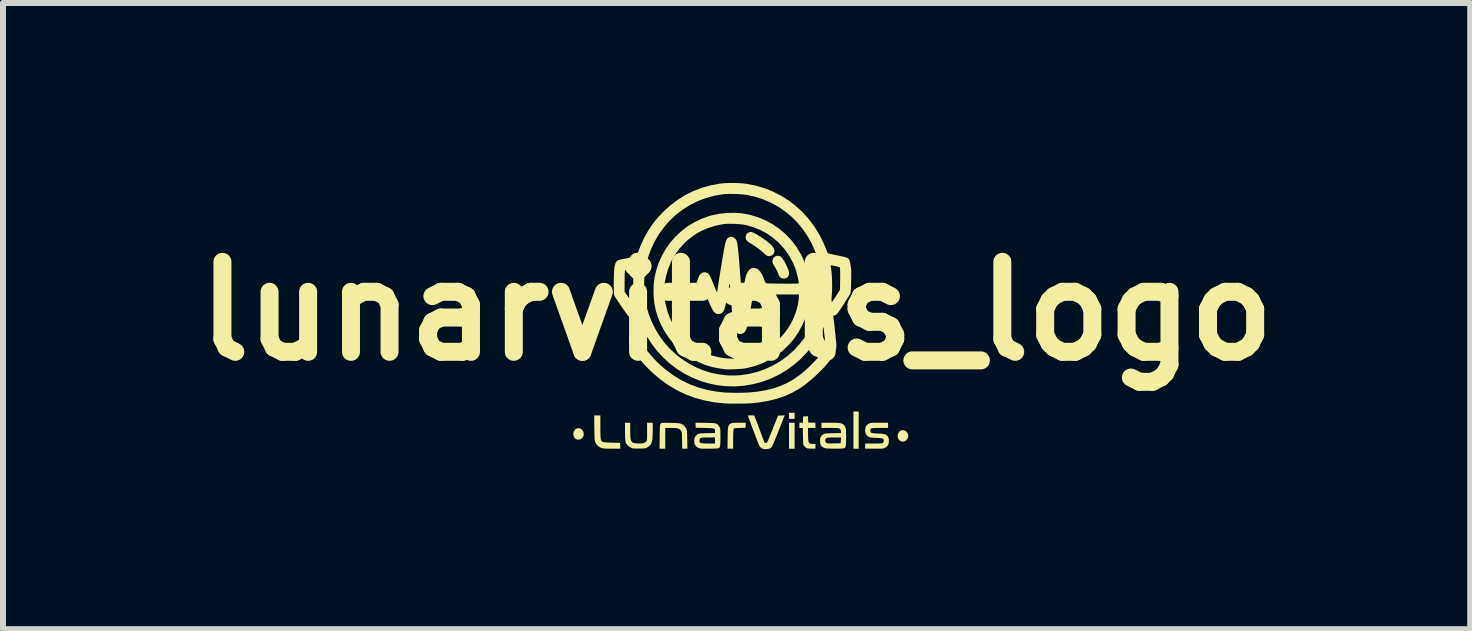
<source format=kicad_pcb>
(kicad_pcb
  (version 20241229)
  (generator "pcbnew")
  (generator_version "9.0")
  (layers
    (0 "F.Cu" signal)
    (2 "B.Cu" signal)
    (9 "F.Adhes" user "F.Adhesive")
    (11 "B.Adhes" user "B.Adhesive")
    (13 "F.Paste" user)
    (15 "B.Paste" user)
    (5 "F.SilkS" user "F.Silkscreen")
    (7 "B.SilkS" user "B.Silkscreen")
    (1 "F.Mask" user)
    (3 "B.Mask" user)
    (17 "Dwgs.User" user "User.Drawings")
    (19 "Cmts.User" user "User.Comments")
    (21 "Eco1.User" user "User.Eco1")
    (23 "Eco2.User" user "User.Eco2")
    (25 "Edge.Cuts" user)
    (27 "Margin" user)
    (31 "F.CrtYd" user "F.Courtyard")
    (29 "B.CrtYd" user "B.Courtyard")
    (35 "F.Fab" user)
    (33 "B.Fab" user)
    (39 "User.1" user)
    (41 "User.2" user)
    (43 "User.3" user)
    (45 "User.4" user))
  (footprint "lunarvitals_logo"
    (layer "F.Cu")
    (at 9.229 2.136)
    (property "Reference" "lunarvitals_logo" (at 0 0 0) (layer "F.SilkS") (effects (font (size 1.5 1.5) (thickness 0.3))))
    (attr board_only exclude_from_pos_files exclude_from_bom)
    (fp_poly (pts (xy 0.966 1.745) (xy 0.966 1.796) (xy 0.92 1.796) (xy 0.873 1.796) (xy 0.873 1.745) (xy 0.873 1.695) (xy 0.92 1.695) (xy 0.966 1.695)) (stroke (width 0) (type solid)) (fill yes) (layer "F.SilkS"))
    (fp_poly (pts (xy 0.966 2.077) (xy 0.966 2.293) (xy 0.92 2.293) (xy 0.873 2.293) (xy 0.873 2.077) (xy 0.873 1.861) (xy 0.92 1.861) (xy 0.966 1.861)) (stroke (width 0) (type solid)) (fill yes) (layer "F.SilkS"))
    (fp_poly (pts (xy 2.034 1.983) (xy 2.034 2.293) (xy 1.99 2.293) (xy 1.947 2.293) (xy 1.947 1.983) (xy 1.947 1.673) (xy 1.99 1.673) (xy 2.034 1.673)) (stroke (width 0) (type solid)) (fill yes) (layer "F.SilkS"))
    (fp_poly (pts (xy -2.605 1.958) (xy -2.579 1.975) (xy -2.559 2.002) (xy -2.552 2.021) (xy -2.548 2.055) (xy -2.555 2.087) (xy -2.572 2.114) (xy -2.597 2.133) (xy -2.626 2.143) (xy -2.659 2.141) (xy -2.688 2.126) (xy -2.709 2.103) (xy -2.72 2.073) (xy -2.723 2.041) (xy -2.715 2.008) (xy -2.696 1.979) (xy -2.69 1.972) (xy -2.663 1.955) (xy -2.634 1.951)) (stroke (width 0) (type solid)) (fill yes) (layer "F.SilkS"))
    (fp_poly (pts (xy 2.801 1.99) (xy 2.829 2.008) (xy 2.849 2.034) (xy 2.86 2.065) (xy 2.859 2.098) (xy 2.857 2.105) (xy 2.841 2.137) (xy 2.818 2.16) (xy 2.789 2.173) (xy 2.759 2.175) (xy 2.729 2.164) (xy 2.727 2.164) (xy 2.703 2.142) (xy 2.689 2.114) (xy 2.684 2.083) (xy 2.688 2.052) (xy 2.7 2.024) (xy 2.719 2.001) (xy 2.745 1.987) (xy 2.769 1.983)) (stroke (width 0) (type solid)) (fill yes) (layer "F.SilkS"))
    (fp_poly (pts (xy 0.15 1.902) (xy 0.148 1.944) (xy 0.052 1.947) (xy 0.011 1.949) (xy -0.018 1.951) (xy -0.037 1.954) (xy -0.047 1.958) (xy -0.051 1.962) (xy -0.053 1.972) (xy -0.054 1.994) (xy -0.056 2.026) (xy -0.057 2.066) (xy -0.058 2.112) (xy -0.058 2.133) (xy -0.058 2.293) (xy -0.105 2.293) (xy -0.152 2.293) (xy -0.15 2.115) (xy -0.149 2.055) (xy -0.148 2.007) (xy -0.146 1.97) (xy -0.143 1.942) (xy -0.139 1.922) (xy -0.132 1.906) (xy -0.124 1.895) (xy -0.113 1.885) (xy -0.102 1.877) (xy -0.092 1.871) (xy -0.081 1.866) (xy -0.067 1.864) (xy -0.048 1.862) (xy -0.02 1.861) (xy 0.018 1.861) (xy 0.037 1.861) (xy 0.152 1.861)) (stroke (width 0) (type solid)) (fill yes) (layer "F.SilkS"))
    (fp_poly (pts (xy 0.708 -0.92) (xy 0.729 -0.912) (xy 0.746 -0.898) (xy 0.766 -0.873) (xy 0.789 -0.839) (xy 0.812 -0.799) (xy 0.834 -0.755) (xy 0.853 -0.71) (xy 0.864 -0.68) (xy 0.873 -0.647) (xy 0.874 -0.62) (xy 0.866 -0.593) (xy 0.859 -0.578) (xy 0.841 -0.558) (xy 0.814 -0.546) (xy 0.784 -0.542) (xy 0.754 -0.548) (xy 0.74 -0.555) (xy 0.728 -0.563) (xy 0.719 -0.572) (xy 0.71 -0.585) (xy 0.701 -0.604) (xy 0.689 -0.632) (xy 0.681 -0.651) (xy 0.665 -0.686) (xy 0.645 -0.723) (xy 0.627 -0.755) (xy 0.609 -0.786) (xy 0.599 -0.81) (xy 0.596 -0.831) (xy 0.596 -0.833) (xy 0.602 -0.867) (xy 0.62 -0.894) (xy 0.645 -0.913) (xy 0.675 -0.923)) (stroke (width 0) (type solid)) (fill yes) (layer "F.SilkS"))
    (fp_poly (pts (xy 0.261 -1.315) (xy 0.294 -1.301) (xy 0.336 -1.278) (xy 0.389 -1.245) (xy 0.429 -1.218) (xy 0.493 -1.173) (xy 0.545 -1.132) (xy 0.584 -1.095) (xy 0.611 -1.061) (xy 0.626 -1.03) (xy 0.63 -1) (xy 0.624 -0.972) (xy 0.614 -0.953) (xy 0.593 -0.933) (xy 0.565 -0.92) (xy 0.534 -0.916) (xy 0.506 -0.922) (xy 0.501 -0.925) (xy 0.489 -0.934) (xy 0.471 -0.95) (xy 0.45 -0.97) (xy 0.447 -0.973) (xy 0.421 -0.997) (xy 0.385 -1.025) (xy 0.342 -1.056) (xy 0.295 -1.089) (xy 0.247 -1.12) (xy 0.214 -1.14) (xy 0.178 -1.166) (xy 0.157 -1.194) (xy 0.149 -1.226) (xy 0.155 -1.261) (xy 0.165 -1.283) (xy 0.182 -1.301) (xy 0.207 -1.314) (xy 0.236 -1.32) (xy 0.239 -1.32)) (stroke (width 0) (type solid)) (fill yes) (layer "F.SilkS"))
    (fp_poly (pts (xy -2.272 1.929) (xy -2.272 1.994) (xy -2.271 2.045) (xy -2.269 2.085) (xy -2.267 2.116) (xy -2.263 2.138) (xy -2.258 2.155) (xy -2.251 2.166) (xy -2.242 2.174) (xy -2.234 2.179) (xy -2.221 2.183) (xy -2.196 2.187) (xy -2.159 2.189) (xy -2.108 2.192) (xy -2.081 2.192) (xy -1.944 2.196) (xy -1.941 2.245) (xy -1.939 2.293) (xy -2.078 2.293) (xy -2.13 2.293) (xy -2.169 2.292) (xy -2.199 2.29) (xy -2.222 2.288) (xy -2.24 2.284) (xy -2.256 2.28) (xy -2.298 2.259) (xy -2.33 2.229) (xy -2.353 2.193) (xy -2.358 2.183) (xy -2.361 2.172) (xy -2.364 2.16) (xy -2.366 2.144) (xy -2.368 2.122) (xy -2.369 2.093) (xy -2.37 2.054) (xy -2.371 2.005) (xy -2.372 1.949) (xy -2.374 1.738) (xy -2.323 1.738) (xy -2.272 1.738)) (stroke (width 0) (type solid)) (fill yes) (layer "F.SilkS"))
    (fp_poly (pts (xy 1.191 1.804) (xy 1.194 1.857) (xy 1.253 1.859) (xy 1.313 1.861) (xy 1.313 1.904) (xy 1.313 1.947) (xy 1.251 1.947) (xy 1.19 1.947) (xy 1.19 2.046) (xy 1.191 2.1) (xy 1.193 2.141) (xy 1.198 2.171) (xy 1.206 2.191) (xy 1.219 2.204) (xy 1.237 2.211) (xy 1.261 2.214) (xy 1.277 2.214) (xy 1.313 2.214) (xy 1.313 2.254) (xy 1.313 2.293) (xy 1.253 2.293) (xy 1.223 2.292) (xy 1.198 2.29) (xy 1.182 2.289) (xy 1.179 2.288) (xy 1.149 2.274) (xy 1.125 2.248) (xy 1.119 2.24) (xy 1.115 2.229) (xy 1.111 2.214) (xy 1.109 2.192) (xy 1.107 2.162) (xy 1.106 2.121) (xy 1.105 2.082) (xy 1.102 1.947) (xy 1.074 1.947) (xy 1.046 1.947) (xy 1.046 1.904) (xy 1.046 1.861) (xy 1.074 1.861) (xy 1.103 1.861) (xy 1.105 1.808) (xy 1.107 1.756) (xy 1.148 1.754) (xy 1.189 1.752)) (stroke (width 0) (type solid)) (fill yes) (layer "F.SilkS"))
    (fp_poly (pts (xy -1.18 1.861) (xy -1.138 1.862) (xy -1.104 1.862) (xy -1.048 1.864) (xy -1.005 1.865) (xy -0.972 1.868) (xy -0.946 1.872) (xy -0.926 1.878) (xy -0.909 1.887) (xy -0.893 1.898) (xy -0.88 1.908) (xy -0.862 1.927) (xy -0.845 1.951) (xy -0.842 1.957) (xy -0.836 1.968) (xy -0.832 1.98) (xy -0.829 1.994) (xy -0.827 2.013) (xy -0.826 2.04) (xy -0.825 2.076) (xy -0.824 2.123) (xy -0.823 2.14) (xy -0.821 2.293) (xy -0.864 2.293) (xy -0.907 2.293) (xy -0.91 2.153) (xy -0.911 2.104) (xy -0.912 2.068) (xy -0.913 2.041) (xy -0.915 2.023) (xy -0.918 2.01) (xy -0.922 2) (xy -0.927 1.993) (xy -0.942 1.976) (xy -0.958 1.964) (xy -0.98 1.955) (xy -1.008 1.95) (xy -1.046 1.948) (xy -1.091 1.947) (xy -1.19 1.947) (xy -1.19 2.12) (xy -1.19 2.293) (xy -1.237 2.293) (xy -1.285 2.293) (xy -1.282 2.092) (xy -1.282 2.033) (xy -1.281 1.986) (xy -1.28 1.951) (xy -1.279 1.924) (xy -1.277 1.905) (xy -1.275 1.893) (xy -1.272 1.884) (xy -1.268 1.878) (xy -1.266 1.875) (xy -1.261 1.87) (xy -1.254 1.866) (xy -1.245 1.863) (xy -1.231 1.862) (xy -1.21 1.861)) (stroke (width 0) (type solid)) (fill yes) (layer "F.SilkS"))
    (fp_poly (pts (xy -1.774 1.992) (xy -1.773 2.053) (xy -1.771 2.1) (xy -1.766 2.137) (xy -1.758 2.163) (xy -1.745 2.182) (xy -1.727 2.194) (xy -1.703 2.201) (xy -1.671 2.204) (xy -1.646 2.206) (xy -1.597 2.206) (xy -1.559 2.202) (xy -1.532 2.193) (xy -1.512 2.178) (xy -1.508 2.173) (xy -1.503 2.166) (xy -1.499 2.157) (xy -1.496 2.145) (xy -1.495 2.128) (xy -1.493 2.103) (xy -1.493 2.068) (xy -1.493 2.021) (xy -1.493 2.008) (xy -1.493 1.861) (xy -1.446 1.861) (xy -1.399 1.861) (xy -1.399 1.985) (xy -1.4 2.03) (xy -1.401 2.073) (xy -1.403 2.111) (xy -1.405 2.14) (xy -1.406 2.153) (xy -1.42 2.2) (xy -1.445 2.238) (xy -1.48 2.267) (xy -1.489 2.271) (xy -1.505 2.279) (xy -1.52 2.284) (xy -1.538 2.288) (xy -1.562 2.29) (xy -1.594 2.291) (xy -1.622 2.291) (xy -1.66 2.291) (xy -1.694 2.291) (xy -1.72 2.289) (xy -1.737 2.287) (xy -1.738 2.287) (xy -1.781 2.267) (xy -1.817 2.239) (xy -1.842 2.206) (xy -1.853 2.18) (xy -1.855 2.164) (xy -1.857 2.137) (xy -1.859 2.101) (xy -1.86 2.058) (xy -1.861 2.012) (xy -1.861 2.007) (xy -1.861 1.861) (xy -1.817 1.861) (xy -1.774 1.861)) (stroke (width 0) (type solid)) (fill yes) (layer "F.SilkS"))
    (fp_poly (pts (xy 0.794 1.755) (xy 0.783 1.782) (xy 0.77 1.817) (xy 0.753 1.86) (xy 0.734 1.907) (xy 0.714 1.958) (xy 0.693 2.009) (xy 0.673 2.061) (xy 0.653 2.109) (xy 0.635 2.154) (xy 0.619 2.192) (xy 0.607 2.222) (xy 0.599 2.242) (xy 0.595 2.25) (xy 0.582 2.268) (xy 0.567 2.282) (xy 0.541 2.294) (xy 0.507 2.3) (xy 0.472 2.301) (xy 0.456 2.3) (xy 0.42 2.288) (xy 0.393 2.266) (xy 0.376 2.239) (xy 0.37 2.227) (xy 0.361 2.204) (xy 0.349 2.172) (xy 0.333 2.132) (xy 0.316 2.087) (xy 0.298 2.039) (xy 0.278 1.988) (xy 0.259 1.938) (xy 0.241 1.89) (xy 0.225 1.845) (xy 0.21 1.807) (xy 0.199 1.775) (xy 0.191 1.753) (xy 0.188 1.743) (xy 0.188 1.742) (xy 0.194 1.74) (xy 0.212 1.739) (xy 0.236 1.738) (xy 0.24 1.738) (xy 0.293 1.738) (xy 0.38 1.967) (xy 0.466 2.196) (xy 0.487 2.196) (xy 0.493 2.196) (xy 0.498 2.194) (xy 0.504 2.19) (xy 0.51 2.181) (xy 0.517 2.168) (xy 0.526 2.147) (xy 0.539 2.119) (xy 0.554 2.081) (xy 0.574 2.033) (xy 0.598 1.972) (xy 0.599 1.969) (xy 0.69 1.742) (xy 0.745 1.74) (xy 0.8 1.737)) (stroke (width 0) (type solid)) (fill yes) (layer "F.SilkS"))
    (fp_poly (pts (xy 2.524 1.904) (xy 2.524 1.947) (xy 2.388 1.947) (xy 2.336 1.947) (xy 2.297 1.948) (xy 2.268 1.95) (xy 2.249 1.954) (xy 2.237 1.961) (xy 2.231 1.97) (xy 2.229 1.982) (xy 2.228 1.994) (xy 2.23 2.009) (xy 2.234 2.02) (xy 2.244 2.028) (xy 2.262 2.033) (xy 2.289 2.037) (xy 2.327 2.04) (xy 2.357 2.041) (xy 2.4 2.043) (xy 2.431 2.045) (xy 2.453 2.048) (xy 2.469 2.052) (xy 2.482 2.057) (xy 2.489 2.061) (xy 2.516 2.084) (xy 2.532 2.115) (xy 2.538 2.154) (xy 2.537 2.175) (xy 2.532 2.213) (xy 2.519 2.242) (xy 2.496 2.264) (xy 2.474 2.277) (xy 2.462 2.283) (xy 2.45 2.287) (xy 2.437 2.29) (xy 2.418 2.291) (xy 2.393 2.293) (xy 2.358 2.293) (xy 2.312 2.293) (xy 2.292 2.293) (xy 2.142 2.293) (xy 2.142 2.25) (xy 2.142 2.207) (xy 2.285 2.207) (xy 2.334 2.207) (xy 2.371 2.206) (xy 2.398 2.205) (xy 2.416 2.204) (xy 2.428 2.201) (xy 2.435 2.198) (xy 2.44 2.194) (xy 2.45 2.175) (xy 2.451 2.153) (xy 2.446 2.133) (xy 2.44 2.127) (xy 2.429 2.122) (xy 2.406 2.118) (xy 2.37 2.115) (xy 2.327 2.113) (xy 2.284 2.111) (xy 2.253 2.109) (xy 2.231 2.106) (xy 2.215 2.102) (xy 2.202 2.096) (xy 2.2 2.095) (xy 2.169 2.07) (xy 2.15 2.04) (xy 2.142 2.001) (xy 2.142 1.987) (xy 2.146 1.945) (xy 2.159 1.912) (xy 2.183 1.888) (xy 2.2 1.877) (xy 2.211 1.871) (xy 2.222 1.867) (xy 2.236 1.864) (xy 2.254 1.862) (xy 2.28 1.861) (xy 2.314 1.861) (xy 2.36 1.861) (xy 2.377 1.861) (xy 2.524 1.861)) (stroke (width 0) (type solid)) (fill yes) (layer "F.SilkS"))
    (fp_poly (pts (xy 1.567 1.861) (xy 1.625 1.861) (xy 1.671 1.862) (xy 1.706 1.865) (xy 1.733 1.869) (xy 1.754 1.875) (xy 1.77 1.884) (xy 1.784 1.895) (xy 1.793 1.905) (xy 1.804 1.917) (xy 1.811 1.931) (xy 1.817 1.948) (xy 1.821 1.971) (xy 1.823 2.002) (xy 1.824 2.042) (xy 1.825 2.094) (xy 1.825 2.102) (xy 1.824 2.157) (xy 1.823 2.198) (xy 1.821 2.229) (xy 1.818 2.251) (xy 1.812 2.267) (xy 1.805 2.277) (xy 1.795 2.284) (xy 1.791 2.285) (xy 1.777 2.288) (xy 1.752 2.29) (xy 1.717 2.292) (xy 1.677 2.293) (xy 1.634 2.293) (xy 1.59 2.292) (xy 1.549 2.291) (xy 1.513 2.29) (xy 1.485 2.287) (xy 1.469 2.284) (xy 1.468 2.284) (xy 1.431 2.265) (xy 1.407 2.241) (xy 1.393 2.209) (xy 1.389 2.167) (xy 1.389 2.165) (xy 1.389 2.162) (xy 1.476 2.162) (xy 1.484 2.184) (xy 1.493 2.194) (xy 1.5 2.199) (xy 1.51 2.202) (xy 1.525 2.205) (xy 1.546 2.206) (xy 1.577 2.206) (xy 1.62 2.205) (xy 1.622 2.205) (xy 1.734 2.203) (xy 1.737 2.155) (xy 1.739 2.106) (xy 1.624 2.106) (xy 1.58 2.106) (xy 1.548 2.107) (xy 1.525 2.108) (xy 1.51 2.111) (xy 1.5 2.114) (xy 1.492 2.119) (xy 1.479 2.138) (xy 1.476 2.162) (xy 1.389 2.162) (xy 1.392 2.123) (xy 1.404 2.091) (xy 1.425 2.067) (xy 1.446 2.053) (xy 1.458 2.047) (xy 1.471 2.043) (xy 1.487 2.04) (xy 1.51 2.038) (xy 1.541 2.037) (xy 1.583 2.036) (xy 1.606 2.035) (xy 1.738 2.032) (xy 1.738 2.005) (xy 1.733 1.979) (xy 1.721 1.963) (xy 1.715 1.958) (xy 1.708 1.954) (xy 1.697 1.951) (xy 1.681 1.949) (xy 1.658 1.948) (xy 1.626 1.947) (xy 1.582 1.947) (xy 1.559 1.947) (xy 1.414 1.947) (xy 1.414 1.904) (xy 1.414 1.861)) (stroke (width 0) (type solid)) (fill yes) (layer "F.SilkS"))
    (fp_poly (pts (xy -0.521 1.862) (xy -0.463 1.863) (xy -0.416 1.865) (xy -0.38 1.867) (xy -0.353 1.872) (xy -0.333 1.878) (xy -0.318 1.887) (xy -0.306 1.9) (xy -0.295 1.916) (xy -0.288 1.927) (xy -0.282 1.938) (xy -0.278 1.949) (xy -0.274 1.961) (xy -0.272 1.978) (xy -0.271 2.001) (xy -0.271 2.033) (xy -0.27 2.076) (xy -0.27 2.102) (xy -0.271 2.157) (xy -0.272 2.198) (xy -0.274 2.229) (xy -0.277 2.252) (xy -0.282 2.267) (xy -0.29 2.277) (xy -0.3 2.283) (xy -0.307 2.286) (xy -0.32 2.289) (xy -0.345 2.29) (xy -0.378 2.292) (xy -0.419 2.293) (xy -0.464 2.293) (xy -0.468 2.293) (xy -0.517 2.293) (xy -0.554 2.293) (xy -0.582 2.292) (xy -0.602 2.29) (xy -0.616 2.287) (xy -0.629 2.283) (xy -0.64 2.278) (xy -0.642 2.277) (xy -0.674 2.256) (xy -0.694 2.23) (xy -0.705 2.196) (xy -0.706 2.172) (xy -0.619 2.172) (xy -0.616 2.185) (xy -0.607 2.195) (xy -0.591 2.201) (xy -0.567 2.204) (xy -0.531 2.206) (xy -0.484 2.207) (xy -0.474 2.207) (xy -0.361 2.207) (xy -0.361 2.156) (xy -0.361 2.106) (xy -0.471 2.106) (xy -0.52 2.106) (xy -0.557 2.108) (xy -0.583 2.111) (xy -0.6 2.117) (xy -0.611 2.125) (xy -0.616 2.137) (xy -0.619 2.154) (xy -0.619 2.154) (xy -0.619 2.172) (xy -0.706 2.172) (xy -0.707 2.164) (xy -0.703 2.121) (xy -0.69 2.089) (xy -0.666 2.064) (xy -0.649 2.052) (xy -0.639 2.047) (xy -0.626 2.043) (xy -0.61 2.04) (xy -0.588 2.038) (xy -0.557 2.036) (xy -0.515 2.035) (xy -0.492 2.035) (xy -0.361 2.032) (xy -0.361 2.006) (xy -0.361 1.988) (xy -0.363 1.975) (xy -0.369 1.966) (xy -0.38 1.959) (xy -0.398 1.954) (xy -0.425 1.951) (xy -0.463 1.949) (xy -0.512 1.948) (xy -0.531 1.947) (xy -0.682 1.944) (xy -0.684 1.902) (xy -0.686 1.86)) (stroke (width 0) (type solid)) (fill yes) (layer "F.SilkS"))
    (fp_poly (pts (xy 0.087 -1.63) (xy 0.206 -1.609) (xy 0.227 -1.604) (xy 0.358 -1.564) (xy 0.484 -1.511) (xy 0.602 -1.447) (xy 0.713 -1.37) (xy 0.816 -1.283) (xy 0.908 -1.186) (xy 0.991 -1.079) (xy 1.006 -1.057) (xy 1.074 -0.942) (xy 1.129 -0.825) (xy 1.172 -0.702) (xy 1.204 -0.572) (xy 1.213 -0.523) (xy 1.217 -0.487) (xy 1.22 -0.441) (xy 1.221 -0.387) (xy 1.222 -0.33) (xy 1.221 -0.273) (xy 1.219 -0.22) (xy 1.216 -0.174) (xy 1.213 -0.144) (xy 1.184 -0.009) (xy 1.143 0.121) (xy 1.09 0.244) (xy 1.025 0.36) (xy 0.95 0.468) (xy 0.864 0.568) (xy 0.769 0.658) (xy 0.666 0.738) (xy 0.554 0.808) (xy 0.435 0.867) (xy 0.308 0.914) (xy 0.176 0.948) (xy 0.13 0.956) (xy 0.103 0.96) (xy 0.066 0.963) (xy 0.023 0.966) (xy -0.024 0.968) (xy -0.071 0.97) (xy -0.115 0.971) (xy -0.152 0.971) (xy -0.18 0.97) (xy -0.191 0.969) (xy -0.209 0.967) (xy -0.235 0.963) (xy -0.266 0.959) (xy -0.27 0.959) (xy -0.398 0.935) (xy -0.522 0.897) (xy -0.642 0.847) (xy -0.756 0.785) (xy -0.864 0.711) (xy -0.965 0.627) (xy -1.057 0.534) (xy -1.139 0.432) (xy -1.211 0.322) (xy -1.269 0.209) (xy -1.315 0.097) (xy -1.348 -0.013) (xy -1.371 -0.124) (xy -1.381 -0.216) (xy -1.197 -0.216) (xy -1.197 -0.198) (xy -1.196 -0.183) (xy -1.192 -0.158) (xy -1.186 -0.127) (xy -1.182 -0.107) (xy -1.151 0.014) (xy -1.106 0.129) (xy -1.05 0.237) (xy -0.983 0.338) (xy -0.905 0.431) (xy -0.818 0.515) (xy -0.723 0.589) (xy -0.619 0.653) (xy -0.509 0.706) (xy -0.393 0.746) (xy -0.272 0.774) (xy -0.245 0.778) (xy -0.18 0.787) (xy -0.123 0.791) (xy -0.068 0.791) (xy -0.008 0.788) (xy 0.018 0.786) (xy 0.091 0.777) (xy 0.156 0.766) (xy 0.219 0.75) (xy 0.281 0.731) (xy 0.394 0.685) (xy 0.502 0.627) (xy 0.603 0.557) (xy 0.697 0.476) (xy 0.781 0.386) (xy 0.856 0.286) (xy 0.919 0.18) (xy 0.962 0.085) (xy 0.997 -0.015) (xy 1.022 -0.115) (xy 1.036 -0.211) (xy 1.036 -0.22) (xy 1.04 -0.278) (xy 0.771 -0.278) (xy 0.684 -0.278) (xy 0.611 -0.279) (xy 0.55 -0.28) (xy 0.499 -0.283) (xy 0.458 -0.286) (xy 0.425 -0.291) (xy 0.399 -0.298) (xy 0.378 -0.307) (xy 0.362 -0.318) (xy 0.349 -0.331) (xy 0.338 -0.347) (xy 0.329 -0.364) (xy 0.316 -0.389) (xy 0.308 -0.404) (xy 0.304 -0.411) (xy 0.302 -0.412) (xy 0.3 -0.411) (xy 0.3 -0.41) (xy 0.298 -0.403) (xy 0.294 -0.383) (xy 0.288 -0.352) (xy 0.281 -0.311) (xy 0.272 -0.263) (xy 0.262 -0.209) (xy 0.253 -0.155) (xy 0.237 -0.063) (xy 0.223 0.015) (xy 0.21 0.082) (xy 0.2 0.138) (xy 0.19 0.185) (xy 0.182 0.223) (xy 0.174 0.254) (xy 0.167 0.279) (xy 0.161 0.3) (xy 0.154 0.316) (xy 0.147 0.33) (xy 0.143 0.337) (xy 0.12 0.362) (xy 0.091 0.377) (xy 0.059 0.382) (xy 0.028 0.377) (xy -0.001 0.362) (xy -0.022 0.337) (xy -0.024 0.334) (xy -0.033 0.308) (xy -0.043 0.269) (xy -0.052 0.216) (xy -0.061 0.149) (xy -0.07 0.067) (xy -0.08 -0.028) (xy -0.089 -0.137) (xy -0.098 -0.261) (xy -0.102 -0.314) (xy -0.105 -0.356) (xy -0.108 -0.394) (xy -0.111 -0.424) (xy -0.114 -0.445) (xy -0.116 -0.454) (xy -0.119 -0.453) (xy -0.123 -0.44) (xy -0.126 -0.421) (xy -0.133 -0.372) (xy -0.141 -0.318) (xy -0.151 -0.262) (xy -0.162 -0.207) (xy -0.174 -0.153) (xy -0.185 -0.104) (xy -0.196 -0.062) (xy -0.206 -0.028) (xy -0.214 -0.006) (xy -0.217 -0.001) (xy -0.241 0.027) (xy -0.271 0.044) (xy -0.305 0.05) (xy -0.338 0.043) (xy -0.354 0.034) (xy -0.371 0.02) (xy -0.388 -0.001) (xy -0.406 -0.03) (xy -0.425 -0.068) (xy -0.447 -0.117) (xy -0.465 -0.16) (xy -0.481 -0.198) (xy -0.496 -0.235) (xy -0.509 -0.266) (xy -0.518 -0.289) (xy -0.521 -0.295) (xy -0.534 -0.326) (xy -0.557 -0.297) (xy -0.578 -0.276) (xy -0.604 -0.256) (xy -0.617 -0.249) (xy -0.63 -0.243) (xy -0.644 -0.238) (xy -0.661 -0.235) (xy -0.683 -0.232) (xy -0.712 -0.229) (xy -0.751 -0.227) (xy -0.799 -0.224) (xy -0.855 -0.221) (xy -0.917 -0.219) (xy -0.979 -0.218) (xy -1.037 -0.217) (xy -1.071 -0.216) (xy -1.197 -0.216) (xy -1.381 -0.216) (xy -1.383 -0.239) (xy -1.386 -0.332) (xy -1.384 -0.394) (xy -1.204 -0.394) (xy -1.011 -0.399) (xy -0.956 -0.401) (xy -0.902 -0.402) (xy -0.852 -0.404) (xy -0.808 -0.406) (xy -0.774 -0.407) (xy -0.756 -0.408) (xy -0.731 -0.41) (xy -0.713 -0.412) (xy -0.7 -0.417) (xy -0.69 -0.426) (xy -0.681 -0.441) (xy -0.671 -0.465) (xy -0.658 -0.5) (xy -0.651 -0.519) (xy -0.637 -0.558) (xy -0.625 -0.587) (xy -0.613 -0.606) (xy -0.602 -0.62) (xy -0.588 -0.631) (xy -0.582 -0.635) (xy -0.549 -0.647) (xy -0.515 -0.647) (xy -0.487 -0.636) (xy -0.474 -0.626) (xy -0.461 -0.61) (xy -0.447 -0.588) (xy -0.431 -0.557) (xy -0.413 -0.516) (xy -0.391 -0.463) (xy -0.382 -0.439) (xy -0.362 -0.389) (xy -0.346 -0.353) (xy -0.335 -0.329) (xy -0.328 -0.318) (xy -0.325 -0.318) (xy -0.325 -0.321) (xy -0.323 -0.332) (xy -0.32 -0.355) (xy -0.315 -0.389) (xy -0.308 -0.433) (xy -0.3 -0.484) (xy -0.291 -0.54) (xy -0.281 -0.602) (xy -0.271 -0.665) (xy -0.26 -0.73) (xy -0.25 -0.794) (xy -0.24 -0.855) (xy -0.23 -0.913) (xy -0.221 -0.965) (xy -0.214 -1.009) (xy -0.207 -1.044) (xy -0.203 -1.069) (xy -0.202 -1.073) (xy -0.191 -1.122) (xy -0.181 -1.16) (xy -0.17 -1.187) (xy -0.158 -1.207) (xy -0.144 -1.221) (xy -0.13 -1.23) (xy -0.097 -1.239) (xy -0.065 -1.235) (xy -0.036 -1.219) (xy -0.011 -1.193) (xy -0.004 -1.18) (xy 0.001 -1.166) (xy 0.007 -1.144) (xy 0.012 -1.116) (xy 0.017 -1.078) (xy 0.023 -1.032) (xy 0.029 -0.976) (xy 0.035 -0.908) (xy 0.042 -0.829) (xy 0.049 -0.738) (xy 0.057 -0.633) (xy 0.059 -0.611) (xy 0.064 -0.544) (xy 0.069 -0.481) (xy 0.073 -0.424) (xy 0.077 -0.375) (xy 0.081 -0.335) (xy 0.084 -0.305) (xy 0.086 -0.287) (xy 0.087 -0.281) (xy 0.09 -0.288) (xy 0.094 -0.305) (xy 0.099 -0.33) (xy 0.1 -0.337) (xy 0.108 -0.383) (xy 0.119 -0.432) (xy 0.13 -0.483) (xy 0.141 -0.53) (xy 0.152 -0.572) (xy 0.162 -0.605) (xy 0.166 -0.615) (xy 0.188 -0.661) (xy 0.215 -0.694) (xy 0.247 -0.714) (xy 0.283 -0.721) (xy 0.322 -0.713) (xy 0.336 -0.708) (xy 0.366 -0.688) (xy 0.395 -0.657) (xy 0.422 -0.613) (xy 0.447 -0.557) (xy 0.462 -0.517) (xy 0.472 -0.492) (xy 0.48 -0.477) (xy 0.489 -0.469) (xy 0.501 -0.464) (xy 0.505 -0.464) (xy 0.517 -0.462) (xy 0.542 -0.461) (xy 0.576 -0.461) (xy 0.618 -0.46) (xy 0.665 -0.459) (xy 0.717 -0.459) (xy 0.77 -0.458) (xy 0.824 -0.458) (xy 0.875 -0.458) (xy 0.923 -0.458) (xy 0.964 -0.459) (xy 0.998 -0.459) (xy 1.021 -0.46) (xy 1.033 -0.461) (xy 1.034 -0.462) (xy 1.035 -0.472) (xy 1.033 -0.493) (xy 1.028 -0.522) (xy 1.02 -0.558) (xy 1.011 -0.597) (xy 1.001 -0.637) (xy 0.99 -0.676) (xy 0.979 -0.71) (xy 0.976 -0.718) (xy 0.925 -0.835) (xy 0.862 -0.945) (xy 0.788 -1.046) (xy 0.704 -1.138) (xy 0.611 -1.219) (xy 0.509 -1.29) (xy 0.4 -1.35) (xy 0.283 -1.398) (xy 0.159 -1.433) (xy 0.147 -1.435) (xy 0.099 -1.444) (xy 0.042 -1.45) (xy -0.021 -1.454) (xy -0.085 -1.456) (xy -0.145 -1.456) (xy -0.198 -1.453) (xy -0.223 -1.45) (xy -0.352 -1.424) (xy -0.475 -1.386) (xy -0.591 -1.336) (xy -0.699 -1.273) (xy -0.8 -1.197) (xy -0.876 -1.128) (xy -0.961 -1.033) (xy -1.033 -0.932) (xy -1.094 -0.823) (xy -1.141 -0.707) (xy -1.177 -0.583) (xy -1.194 -0.498) (xy -1.199 -0.467) (xy -1.202 -0.439) (xy -1.204 -0.419) (xy -1.204 -0.415) (xy -1.204 -0.394) (xy -1.384 -0.394) (xy -1.384 -0.417) (xy -1.378 -0.494) (xy -1.366 -0.569) (xy -1.349 -0.647) (xy -1.344 -0.666) (xy -1.304 -0.794) (xy -1.25 -0.916) (xy -1.185 -1.032) (xy -1.109 -1.14) (xy -1.022 -1.239) (xy -0.926 -1.329) (xy -0.822 -1.41) (xy -0.709 -1.479) (xy -0.589 -1.537) (xy -0.463 -1.583) (xy -0.414 -1.597) (xy -0.291 -1.622) (xy -0.165 -1.636) (xy -0.038 -1.639)) (stroke (width 0) (type solid)) (fill yes) (layer "F.SilkS"))
    (fp_poly (pts (xy 0.005 -2.135) (xy 0.08 -2.131) (xy 0.148 -2.124) (xy 0.17 -2.121) (xy 0.32 -2.092) (xy 0.465 -2.049) (xy 0.604 -1.993) (xy 0.738 -1.925) (xy 0.865 -1.846) (xy 0.984 -1.755) (xy 1.095 -1.654) (xy 1.196 -1.542) (xy 1.288 -1.421) (xy 1.37 -1.291) (xy 1.414 -1.208) (xy 1.434 -1.166) (xy 1.454 -1.122) (xy 1.472 -1.08) (xy 1.486 -1.046) (xy 1.488 -1.039) (xy 1.5 -1.009) (xy 1.51 -0.985) (xy 1.519 -0.969) (xy 1.523 -0.965) (xy 1.532 -0.962) (xy 1.554 -0.956) (xy 1.585 -0.949) (xy 1.624 -0.94) (xy 1.669 -0.931) (xy 1.687 -0.927) (xy 1.744 -0.915) (xy 1.788 -0.905) (xy 1.822 -0.896) (xy 1.846 -0.886) (xy 1.864 -0.873) (xy 1.876 -0.858) (xy 1.884 -0.838) (xy 1.89 -0.812) (xy 1.897 -0.779) (xy 1.898 -0.771) (xy 1.902 -0.744) (xy 1.906 -0.719) (xy 1.908 -0.693) (xy 1.91 -0.664) (xy 1.91 -0.63) (xy 1.91 -0.587) (xy 1.909 -0.534) (xy 1.909 -0.5) (xy 1.907 -0.43) (xy 1.905 -0.375) (xy 1.902 -0.334) (xy 1.899 -0.307) (xy 1.896 -0.294) (xy 1.89 -0.284) (xy 1.878 -0.263) (xy 1.859 -0.234) (xy 1.837 -0.198) (xy 1.811 -0.157) (xy 1.785 -0.115) (xy 1.75 -0.062) (xy 1.722 -0.019) (xy 1.699 0.014) (xy 1.68 0.038) (xy 1.664 0.054) (xy 1.651 0.065) (xy 1.638 0.07) (xy 1.625 0.072) (xy 1.623 0.072) (xy 1.613 0.074) (xy 1.61 0.083) (xy 1.612 0.096) (xy 1.614 0.111) (xy 1.617 0.138) (xy 1.622 0.175) (xy 1.627 0.22) (xy 1.632 0.269) (xy 1.638 0.321) (xy 1.644 0.373) (xy 1.649 0.423) (xy 1.654 0.469) (xy 1.658 0.508) (xy 1.659 0.518) (xy 1.662 0.569) (xy 1.661 0.61) (xy 1.654 0.646) (xy 1.64 0.683) (xy 1.62 0.725) (xy 1.618 0.728) (xy 1.586 0.779) (xy 1.544 0.836) (xy 1.493 0.896) (xy 1.436 0.96) (xy 1.372 1.024) (xy 1.305 1.087) (xy 1.237 1.148) (xy 1.168 1.205) (xy 1.101 1.255) (xy 1.043 1.294) (xy 0.924 1.361) (xy 0.796 1.418) (xy 0.659 1.464) (xy 0.512 1.499) (xy 0.355 1.525) (xy 0.242 1.536) (xy 0.208 1.538) (xy 0.163 1.54) (xy 0.11 1.541) (xy 0.052 1.542) (xy -0.007 1.542) (xy -0.065 1.542) (xy -0.118 1.541) (xy -0.164 1.54) (xy -0.198 1.539) (xy -0.202 1.538) (xy -0.375 1.52) (xy -0.541 1.488) (xy -0.7 1.444) (xy -0.852 1.387) (xy -0.998 1.317) (xy -1.138 1.234) (xy -1.271 1.139) (xy -1.399 1.03) (xy -1.454 0.977) (xy -1.508 0.922) (xy -1.555 0.872) (xy -1.595 0.825) (xy -1.633 0.777) (xy -1.67 0.726) (xy -1.707 0.672) (xy -1.736 0.627) (xy -1.759 0.592) (xy -1.775 0.565) (xy -1.785 0.543) (xy -1.791 0.523) (xy -1.793 0.505) (xy -1.792 0.49) (xy -1.609 0.49) (xy -1.563 0.561) (xy -1.481 0.674) (xy -1.386 0.786) (xy -1.312 0.862) (xy -1.191 0.97) (xy -1.064 1.064) (xy -0.932 1.146) (xy -0.793 1.214) (xy -0.648 1.27) (xy -0.497 1.312) (xy -0.34 1.341) (xy -0.199 1.356) (xy -0.126 1.359) (xy -0.047 1.361) (xy 0.034 1.362) (xy 0.113 1.36) (xy 0.184 1.357) (xy 0.209 1.356) (xy 0.355 1.341) (xy 0.49 1.318) (xy 0.615 1.287) (xy 0.732 1.247) (xy 0.842 1.197) (xy 0.947 1.138) (xy 1.048 1.068) (xy 1.112 1.017) (xy 1.147 0.987) (xy 1.187 0.949) (xy 1.23 0.907) (xy 1.274 0.863) (xy 1.317 0.819) (xy 1.355 0.777) (xy 1.388 0.74) (xy 1.412 0.711) (xy 1.412 0.71) (xy 1.434 0.68) (xy 1.451 0.655) (xy 1.463 0.632) (xy 1.472 0.608) (xy 1.476 0.582) (xy 1.477 0.551) (xy 1.475 0.513) (xy 1.47 0.465) (xy 1.464 0.407) (xy 1.459 0.366) (xy 1.455 0.329) (xy 1.452 0.299) (xy 1.45 0.278) (xy 1.449 0.27) (xy 1.447 0.27) (xy 1.439 0.28) (xy 1.429 0.299) (xy 1.425 0.307) (xy 1.412 0.333) (xy 1.393 0.368) (xy 1.372 0.405) (xy 1.354 0.436) (xy 1.269 0.566) (xy 1.173 0.686) (xy 1.068 0.796) (xy 0.954 0.896) (xy 0.832 0.984) (xy 0.703 1.061) (xy 0.567 1.126) (xy 0.425 1.178) (xy 0.278 1.217) (xy 0.127 1.243) (xy 0.117 1.244) (xy -0.033 1.255) (xy -0.181 1.251) (xy -0.328 1.234) (xy -0.471 1.204) (xy -0.611 1.161) (xy -0.746 1.106) (xy -0.876 1.039) (xy -1 0.961) (xy -1.117 0.871) (xy -1.226 0.772) (xy -1.327 0.662) (xy -1.419 0.542) (xy -1.501 0.414) (xy -1.544 0.334) (xy -1.559 0.303) (xy -1.57 0.282) (xy -1.579 0.269) (xy -1.584 0.267) (xy -1.589 0.276) (xy -1.592 0.296) (xy -1.595 0.329) (xy -1.599 0.375) (xy -1.601 0.395) (xy -1.609 0.49) (xy -1.792 0.49) (xy -1.792 0.485) (xy -1.79 0.461) (xy -1.789 0.46) (xy -1.786 0.43) (xy -1.782 0.391) (xy -1.778 0.346) (xy -1.775 0.302) (xy -1.774 0.292) (xy -1.771 0.251) (xy -1.768 0.212) (xy -1.766 0.179) (xy -1.763 0.156) (xy -1.763 0.151) (xy -1.761 0.13) (xy -1.764 0.118) (xy -1.774 0.109) (xy -1.783 0.103) (xy -1.795 0.093) (xy -1.812 0.074) (xy -1.834 0.045) (xy -1.863 0.005) (xy -1.899 -0.046) (xy -1.92 -0.077) (xy -1.95 -0.122) (xy -1.978 -0.163) (xy -2.002 -0.199) (xy -2.021 -0.229) (xy -2.034 -0.251) (xy -2.041 -0.263) (xy -2.041 -0.263) (xy -2.043 -0.276) (xy -2.045 -0.302) (xy -2.046 -0.323) (xy -1.868 -0.323) (xy -1.801 -0.226) (xy -1.735 -0.128) (xy -1.729 -0.156) (xy -1.725 -0.179) (xy -1.723 -0.208) (xy -1.722 -0.231) (xy -1.722 -0.253) (xy -1.722 -0.286) (xy -1.722 -0.328) (xy -1.723 -0.374) (xy -1.723 -0.422) (xy -1.723 -0.422) (xy -1.723 -0.452) (xy -1.543 -0.452) (xy -1.543 -0.402) (xy -1.541 -0.367) (xy -1.538 -0.347) (xy -1.535 -0.341) (xy -1.53 -0.328) (xy -1.528 -0.303) (xy -1.528 -0.27) (xy -1.524 -0.196) (xy -1.511 -0.114) (xy -1.489 -0.026) (xy -1.46 0.065) (xy -1.423 0.158) (xy -1.379 0.251) (xy -1.331 0.341) (xy -1.277 0.427) (xy -1.22 0.506) (xy -1.213 0.515) (xy -1.121 0.619) (xy -1.021 0.714) (xy -0.912 0.799) (xy -0.796 0.874) (xy -0.675 0.938) (xy -0.55 0.99) (xy -0.422 1.029) (xy -0.293 1.055) (xy -0.259 1.059) (xy -0.226 1.063) (xy -0.197 1.067) (xy -0.175 1.069) (xy -0.169 1.07) (xy -0.135 1.072) (xy -0.091 1.073) (xy -0.042 1.073) (xy 0.009 1.071) (xy 0.057 1.068) (xy 0.069 1.067) (xy 0.212 1.046) (xy 0.35 1.011) (xy 0.484 0.963) (xy 0.612 0.903) (xy 0.733 0.832) (xy 0.847 0.749) (xy 0.952 0.655) (xy 1.049 0.55) (xy 1.137 0.437) (xy 1.214 0.313) (xy 1.255 0.234) (xy 1.294 0.149) (xy 1.327 0.063) (xy 1.354 -0.021) (xy 1.374 -0.1) (xy 1.387 -0.173) (xy 1.392 -0.237) (xy 1.392 -0.239) (xy 1.393 -0.273) (xy 1.397 -0.304) (xy 1.402 -0.327) (xy 1.402 -0.328) (xy 1.408 -0.355) (xy 1.412 -0.394) (xy 1.413 -0.443) (xy 1.411 -0.5) (xy 1.407 -0.564) (xy 1.406 -0.577) (xy 1.386 -0.723) (xy 1.378 -0.755) (xy 1.568 -0.755) (xy 1.57 -0.737) (xy 1.574 -0.711) (xy 1.576 -0.696) (xy 1.583 -0.638) (xy 1.588 -0.57) (xy 1.591 -0.496) (xy 1.592 -0.421) (xy 1.591 -0.35) (xy 1.587 -0.289) (xy 1.583 -0.237) (xy 1.582 -0.196) (xy 1.583 -0.168) (xy 1.587 -0.154) (xy 1.59 -0.151) (xy 1.594 -0.157) (xy 1.605 -0.173) (xy 1.621 -0.197) (xy 1.641 -0.228) (xy 1.658 -0.254) (xy 1.723 -0.357) (xy 1.725 -0.539) (xy 1.726 -0.6) (xy 1.725 -0.649) (xy 1.725 -0.685) (xy 1.723 -0.71) (xy 1.721 -0.724) (xy 1.719 -0.729) (xy 1.709 -0.733) (xy 1.69 -0.739) (xy 1.664 -0.746) (xy 1.636 -0.752) (xy 1.609 -0.758) (xy 1.586 -0.762) (xy 1.572 -0.764) (xy 1.568 -0.763) (xy 1.568 -0.755) (xy 1.378 -0.755) (xy 1.353 -0.864) (xy 1.307 -1) (xy 1.25 -1.129) (xy 1.181 -1.252) (xy 1.103 -1.367) (xy 1.014 -1.474) (xy 0.916 -1.573) (xy 0.809 -1.661) (xy 0.694 -1.74) (xy 0.571 -1.807) (xy 0.442 -1.864) (xy 0.306 -1.907) (xy 0.193 -1.933) (xy 0.142 -1.941) (xy 0.081 -1.947) (xy 0.015 -1.951) (xy -0.054 -1.953) (xy -0.12 -1.954) (xy -0.18 -1.952) (xy -0.229 -1.948) (xy -0.374 -1.923) (xy -0.514 -1.884) (xy -0.649 -1.833) (xy -0.777 -1.769) (xy -0.898 -1.693) (xy -1.012 -1.606) (xy -1.117 -1.507) (xy -1.213 -1.397) (xy -1.297 -1.282) (xy -1.37 -1.156) (xy -1.431 -1.024) (xy -1.48 -0.887) (xy -1.515 -0.746) (xy -1.536 -0.601) (xy -1.543 -0.455) (xy -1.543 -0.452) (xy -1.723 -0.452) (xy -1.724 -0.479) (xy -1.723 -0.534) (xy -1.721 -0.584) (xy -1.718 -0.625) (xy -1.717 -0.64) (xy -1.713 -0.671) (xy -1.711 -0.696) (xy -1.71 -0.713) (xy -1.71 -0.717) (xy -1.718 -0.717) (xy -1.737 -0.714) (xy -1.763 -0.709) (xy -1.786 -0.705) (xy -1.859 -0.691) (xy -1.863 -0.665) (xy -1.865 -0.65) (xy -1.866 -0.623) (xy -1.867 -0.587) (xy -1.867 -0.544) (xy -1.868 -0.497) (xy -1.868 -0.481) (xy -1.868 -0.323) (xy -2.046 -0.323) (xy -2.046 -0.339) (xy -2.047 -0.385) (xy -2.048 -0.439) (xy -2.048 -0.475) (xy -2.047 -0.557) (xy -2.045 -0.626) (xy -2.042 -0.683) (xy -2.037 -0.729) (xy -2.03 -0.766) (xy -2.022 -0.794) (xy -2.011 -0.816) (xy -2 -0.83) (xy -1.992 -0.838) (xy -1.982 -0.844) (xy -1.969 -0.85) (xy -1.95 -0.856) (xy -1.924 -0.862) (xy -1.888 -0.87) (xy -1.841 -0.879) (xy -1.835 -0.88) (xy -1.79 -0.889) (xy -1.75 -0.897) (xy -1.716 -0.904) (xy -1.691 -0.909) (xy -1.677 -0.912) (xy -1.676 -0.912) (xy -1.664 -0.92) (xy -1.655 -0.937) (xy -1.652 -0.95) (xy -1.642 -0.984) (xy -1.626 -1.027) (xy -1.607 -1.076) (xy -1.585 -1.128) (xy -1.562 -1.179) (xy -1.539 -1.225) (xy -1.535 -1.233) (xy -1.48 -1.332) (xy -1.422 -1.422) (xy -1.359 -1.506) (xy -1.288 -1.588) (xy -1.227 -1.652) (xy -1.111 -1.758) (xy -0.989 -1.851) (xy -0.861 -1.932) (xy -0.726 -1.999) (xy -0.585 -2.054) (xy -0.438 -2.095) (xy -0.283 -2.125) (xy -0.281 -2.125) (xy -0.22 -2.131) (xy -0.15 -2.135) (xy -0.073 -2.136)) (stroke (width 0) (type solid)) (fill yes) (layer "F.SilkS")))
  (gr_rect
    (start -3 -3)
    (end 21.457 7.438)
    (stroke (width 0.1) (type default))
    (fill no)
    (layer "Edge.Cuts")))
</source>
